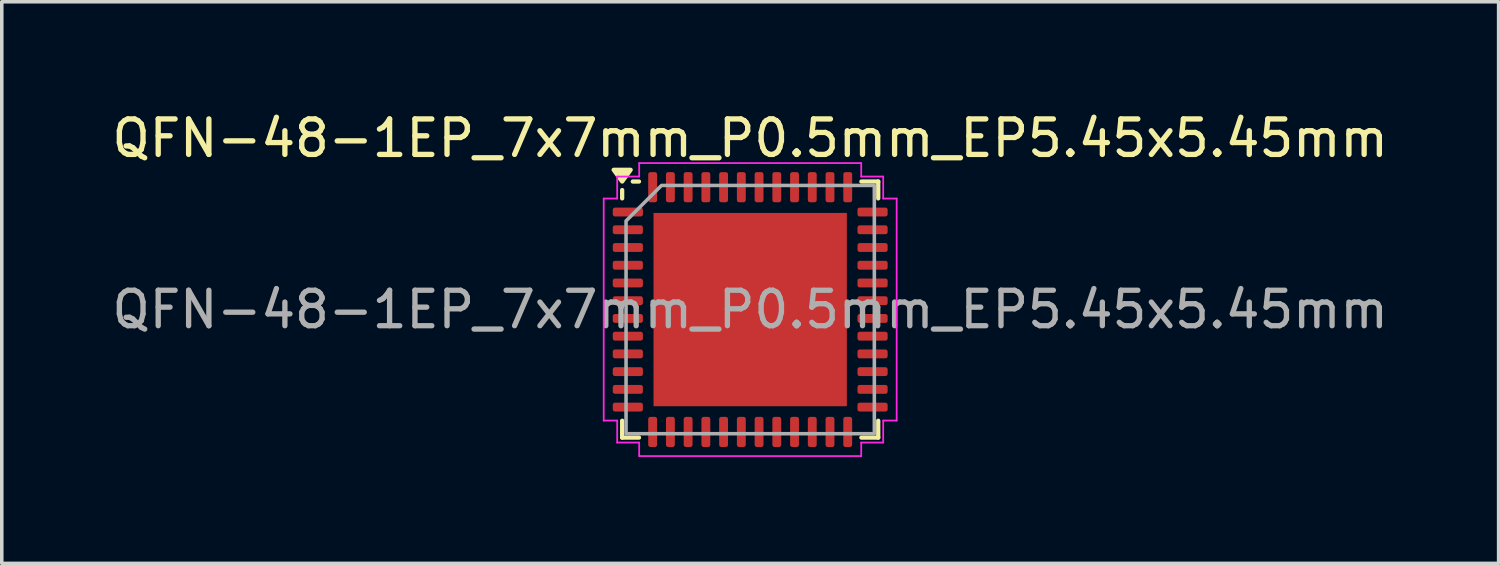
<source format=kicad_pcb>
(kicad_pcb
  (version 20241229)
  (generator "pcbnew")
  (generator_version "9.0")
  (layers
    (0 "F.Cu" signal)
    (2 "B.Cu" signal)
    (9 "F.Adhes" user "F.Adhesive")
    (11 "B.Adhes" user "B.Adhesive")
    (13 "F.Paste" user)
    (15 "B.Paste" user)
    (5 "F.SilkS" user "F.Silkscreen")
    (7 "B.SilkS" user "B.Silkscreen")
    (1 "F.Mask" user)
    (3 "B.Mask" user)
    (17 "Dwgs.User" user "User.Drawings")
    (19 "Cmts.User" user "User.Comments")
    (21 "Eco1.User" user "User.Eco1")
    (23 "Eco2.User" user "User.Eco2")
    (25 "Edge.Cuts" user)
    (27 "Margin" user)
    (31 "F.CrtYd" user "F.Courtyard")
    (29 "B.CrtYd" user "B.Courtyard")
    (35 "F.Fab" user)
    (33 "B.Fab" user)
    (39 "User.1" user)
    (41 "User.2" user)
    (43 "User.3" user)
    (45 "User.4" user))
  (footprint "QFN-48-1EP_7x7mm_P0.5mm_EP5.45x5.45mm"
    (layer "F.Cu")
    (at 18.101 5.678)
    (property "Reference" "QFN-48-1EP_7x7mm_P0.5mm_EP5.45x5.45mm" (at 0 -4.83 0) (layer "F.SilkS") (effects (font (size 1 1) (thickness 0.15))))
    (attr smd)
    (fp_line (start -3.61 -3.135) (end -3.61 -3.37) (stroke (width 0.12) (type solid)) (layer "F.SilkS"))
    (fp_line (start -3.61 3.61) (end -3.61 3.135) (stroke (width 0.12) (type solid)) (layer "F.SilkS"))
    (fp_line (start -3.135 -3.61) (end -3.31 -3.61) (stroke (width 0.12) (type solid)) (layer "F.SilkS"))
    (fp_line (start -3.135 3.61) (end -3.61 3.61) (stroke (width 0.12) (type solid)) (layer "F.SilkS"))
    (fp_line (start 3.135 -3.61) (end 3.61 -3.61) (stroke (width 0.12) (type solid)) (layer "F.SilkS"))
    (fp_line (start 3.135 3.61) (end 3.61 3.61) (stroke (width 0.12) (type solid)) (layer "F.SilkS"))
    (fp_line (start 3.61 -3.61) (end 3.61 -3.135) (stroke (width 0.12) (type solid)) (layer "F.SilkS"))
    (fp_line (start 3.61 3.61) (end 3.61 3.135) (stroke (width 0.12) (type solid)) (layer "F.SilkS"))
    (fp_poly (pts (xy -3.61 -3.61) (xy -3.85 -3.94) (xy -3.37 -3.94)) (stroke (width 0.12) (type solid)) (fill yes) (layer "F.SilkS"))
    (fp_line (start -4.13 -3.13) (end -3.75 -3.13) (stroke (width 0.05) (type solid)) (layer "F.CrtYd"))
    (fp_line (start -4.13 3.13) (end -4.13 -3.13) (stroke (width 0.05) (type solid)) (layer "F.CrtYd"))
    (fp_line (start -3.75 -3.75) (end -3.13 -3.75) (stroke (width 0.05) (type solid)) (layer "F.CrtYd"))
    (fp_line (start -3.75 -3.13) (end -3.75 -3.75) (stroke (width 0.05) (type solid)) (layer "F.CrtYd"))
    (fp_line (start -3.75 3.13) (end -4.13 3.13) (stroke (width 0.05) (type solid)) (layer "F.CrtYd"))
    (fp_line (start -3.75 3.75) (end -3.75 3.13) (stroke (width 0.05) (type solid)) (layer "F.CrtYd"))
    (fp_line (start -3.13 -4.13) (end 3.13 -4.13) (stroke (width 0.05) (type solid)) (layer "F.CrtYd"))
    (fp_line (start -3.13 -3.75) (end -3.13 -4.13) (stroke (width 0.05) (type solid)) (layer "F.CrtYd"))
    (fp_line (start -3.13 3.75) (end -3.75 3.75) (stroke (width 0.05) (type solid)) (layer "F.CrtYd"))
    (fp_line (start -3.13 4.13) (end -3.13 3.75) (stroke (width 0.05) (type solid)) (layer "F.CrtYd"))
    (fp_line (start 3.13 -4.13) (end 3.13 -3.75) (stroke (width 0.05) (type solid)) (layer "F.CrtYd"))
    (fp_line (start 3.13 -3.75) (end 3.75 -3.75) (stroke (width 0.05) (type solid)) (layer "F.CrtYd"))
    (fp_line (start 3.13 3.75) (end 3.13 4.13) (stroke (width 0.05) (type solid)) (layer "F.CrtYd"))
    (fp_line (start 3.13 4.13) (end -3.13 4.13) (stroke (width 0.05) (type solid)) (layer "F.CrtYd"))
    (fp_line (start 3.75 -3.75) (end 3.75 -3.13) (stroke (width 0.05) (type solid)) (layer "F.CrtYd"))
    (fp_line (start 3.75 -3.13) (end 4.13 -3.13) (stroke (width 0.05) (type solid)) (layer "F.CrtYd"))
    (fp_line (start 3.75 3.13) (end 3.75 3.75) (stroke (width 0.05) (type solid)) (layer "F.CrtYd"))
    (fp_line (start 3.75 3.75) (end 3.13 3.75) (stroke (width 0.05) (type solid)) (layer "F.CrtYd"))
    (fp_line (start 4.13 -3.13) (end 4.13 3.13) (stroke (width 0.05) (type solid)) (layer "F.CrtYd"))
    (fp_line (start 4.13 3.13) (end 3.75 3.13) (stroke (width 0.05) (type solid)) (layer "F.CrtYd"))
    (fp_poly (pts (xy -3.5 -2.5) (xy -3.5 3.5) (xy 3.5 3.5) (xy 3.5 -3.5) (xy -2.5 -3.5)) (stroke (width 0.1) (type solid)) (fill no) (layer "F.Fab"))
    (fp_text user "${REFERENCE}" (at 0 0 0) (layer "F.Fab") (effects (font (size 1 1) (thickness 0.15))))
    (pad "" smd roundrect (at -2.04 -2.04) (size 1.1 1.1) (layers "F.Paste") (roundrect_rratio 0.227))
    (pad "" smd roundrect (at -2.04 -0.68) (size 1.1 1.1) (layers "F.Paste") (roundrect_rratio 0.227))
    (pad "" smd roundrect (at -2.04 0.68) (size 1.1 1.1) (layers "F.Paste") (roundrect_rratio 0.227))
    (pad "" smd roundrect (at -2.04 2.04) (size 1.1 1.1) (layers "F.Paste") (roundrect_rratio 0.227))
    (pad "" smd roundrect (at -0.68 -2.04) (size 1.1 1.1) (layers "F.Paste") (roundrect_rratio 0.227))
    (pad "" smd roundrect (at -0.68 -0.68) (size 1.1 1.1) (layers "F.Paste") (roundrect_rratio 0.227))
    (pad "" smd roundrect (at -0.68 0.68) (size 1.1 1.1) (layers "F.Paste") (roundrect_rratio 0.227))
    (pad "" smd roundrect (at -0.68 2.04) (size 1.1 1.1) (layers "F.Paste") (roundrect_rratio 0.227))
    (pad "" smd roundrect (at 0.68 -2.04) (size 1.1 1.1) (layers "F.Paste") (roundrect_rratio 0.227))
    (pad "" smd roundrect (at 0.68 -0.68) (size 1.1 1.1) (layers "F.Paste") (roundrect_rratio 0.227))
    (pad "" smd roundrect (at 0.68 0.68) (size 1.1 1.1) (layers "F.Paste") (roundrect_rratio 0.227))
    (pad "" smd roundrect (at 0.68 2.04) (size 1.1 1.1) (layers "F.Paste") (roundrect_rratio 0.227))
    (pad "" smd roundrect (at 2.04 -2.04) (size 1.1 1.1) (layers "F.Paste") (roundrect_rratio 0.227))
    (pad "" smd roundrect (at 2.04 -0.68) (size 1.1 1.1) (layers "F.Paste") (roundrect_rratio 0.227))
    (pad "" smd roundrect (at 2.04 0.68) (size 1.1 1.1) (layers "F.Paste") (roundrect_rratio 0.227))
    (pad "" smd roundrect (at 2.04 2.04) (size 1.1 1.1) (layers "F.Paste") (roundrect_rratio 0.227))
    (pad "1" smd roundrect (at -3.45 -2.75) (size 0.85 0.25) (layers "F.Cu" "F.Mask" "F.Paste") (roundrect_rratio 0.25))
    (pad "2" smd roundrect (at -3.45 -2.25) (size 0.85 0.25) (layers "F.Cu" "F.Mask" "F.Paste") (roundrect_rratio 0.25))
    (pad "3" smd roundrect (at -3.45 -1.75) (size 0.85 0.25) (layers "F.Cu" "F.Mask" "F.Paste") (roundrect_rratio 0.25))
    (pad "4" smd roundrect (at -3.45 -1.25) (size 0.85 0.25) (layers "F.Cu" "F.Mask" "F.Paste") (roundrect_rratio 0.25))
    (pad "5" smd roundrect (at -3.45 -0.75) (size 0.85 0.25) (layers "F.Cu" "F.Mask" "F.Paste") (roundrect_rratio 0.25))
    (pad "6" smd roundrect (at -3.45 -0.25) (size 0.85 0.25) (layers "F.Cu" "F.Mask" "F.Paste") (roundrect_rratio 0.25))
    (pad "7" smd roundrect (at -3.45 0.25) (size 0.85 0.25) (layers "F.Cu" "F.Mask" "F.Paste") (roundrect_rratio 0.25))
    (pad "8" smd roundrect (at -3.45 0.75) (size 0.85 0.25) (layers "F.Cu" "F.Mask" "F.Paste") (roundrect_rratio 0.25))
    (pad "9" smd roundrect (at -3.45 1.25) (size 0.85 0.25) (layers "F.Cu" "F.Mask" "F.Paste") (roundrect_rratio 0.25))
    (pad "10" smd roundrect (at -3.45 1.75) (size 0.85 0.25) (layers "F.Cu" "F.Mask" "F.Paste") (roundrect_rratio 0.25))
    (pad "11" smd roundrect (at -3.45 2.25) (size 0.85 0.25) (layers "F.Cu" "F.Mask" "F.Paste") (roundrect_rratio 0.25))
    (pad "12" smd roundrect (at -3.45 2.75) (size 0.85 0.25) (layers "F.Cu" "F.Mask" "F.Paste") (roundrect_rratio 0.25))
    (pad "13" smd roundrect (at -2.75 3.45) (size 0.25 0.85) (layers "F.Cu" "F.Mask" "F.Paste") (roundrect_rratio 0.25))
    (pad "14" smd roundrect (at -2.25 3.45) (size 0.25 0.85) (layers "F.Cu" "F.Mask" "F.Paste") (roundrect_rratio 0.25))
    (pad "15" smd roundrect (at -1.75 3.45) (size 0.25 0.85) (layers "F.Cu" "F.Mask" "F.Paste") (roundrect_rratio 0.25))
    (pad "16" smd roundrect (at -1.25 3.45) (size 0.25 0.85) (layers "F.Cu" "F.Mask" "F.Paste") (roundrect_rratio 0.25))
    (pad "17" smd roundrect (at -0.75 3.45) (size 0.25 0.85) (layers "F.Cu" "F.Mask" "F.Paste") (roundrect_rratio 0.25))
    (pad "18" smd roundrect (at -0.25 3.45) (size 0.25 0.85) (layers "F.Cu" "F.Mask" "F.Paste") (roundrect_rratio 0.25))
    (pad "19" smd roundrect (at 0.25 3.45) (size 0.25 0.85) (layers "F.Cu" "F.Mask" "F.Paste") (roundrect_rratio 0.25))
    (pad "20" smd roundrect (at 0.75 3.45) (size 0.25 0.85) (layers "F.Cu" "F.Mask" "F.Paste") (roundrect_rratio 0.25))
    (pad "21" smd roundrect (at 1.25 3.45) (size 0.25 0.85) (layers "F.Cu" "F.Mask" "F.Paste") (roundrect_rratio 0.25))
    (pad "22" smd roundrect (at 1.75 3.45) (size 0.25 0.85) (layers "F.Cu" "F.Mask" "F.Paste") (roundrect_rratio 0.25))
    (pad "23" smd roundrect (at 2.25 3.45) (size 0.25 0.85) (layers "F.Cu" "F.Mask" "F.Paste") (roundrect_rratio 0.25))
    (pad "24" smd roundrect (at 2.75 3.45) (size 0.25 0.85) (layers "F.Cu" "F.Mask" "F.Paste") (roundrect_rratio 0.25))
    (pad "25" smd roundrect (at 3.45 2.75) (size 0.85 0.25) (layers "F.Cu" "F.Mask" "F.Paste") (roundrect_rratio 0.25))
    (pad "26" smd roundrect (at 3.45 2.25) (size 0.85 0.25) (layers "F.Cu" "F.Mask" "F.Paste") (roundrect_rratio 0.25))
    (pad "27" smd roundrect (at 3.45 1.75) (size 0.85 0.25) (layers "F.Cu" "F.Mask" "F.Paste") (roundrect_rratio 0.25))
    (pad "28" smd roundrect (at 3.45 1.25) (size 0.85 0.25) (layers "F.Cu" "F.Mask" "F.Paste") (roundrect_rratio 0.25))
    (pad "29" smd roundrect (at 3.45 0.75) (size 0.85 0.25) (layers "F.Cu" "F.Mask" "F.Paste") (roundrect_rratio 0.25))
    (pad "30" smd roundrect (at 3.45 0.25) (size 0.85 0.25) (layers "F.Cu" "F.Mask" "F.Paste") (roundrect_rratio 0.25))
    (pad "31" smd roundrect (at 3.45 -0.25) (size 0.85 0.25) (layers "F.Cu" "F.Mask" "F.Paste") (roundrect_rratio 0.25))
    (pad "32" smd roundrect (at 3.45 -0.75) (size 0.85 0.25) (layers "F.Cu" "F.Mask" "F.Paste") (roundrect_rratio 0.25))
    (pad "33" smd roundrect (at 3.45 -1.25) (size 0.85 0.25) (layers "F.Cu" "F.Mask" "F.Paste") (roundrect_rratio 0.25))
    (pad "34" smd roundrect (at 3.45 -1.75) (size 0.85 0.25) (layers "F.Cu" "F.Mask" "F.Paste") (roundrect_rratio 0.25))
    (pad "35" smd roundrect (at 3.45 -2.25) (size 0.85 0.25) (layers "F.Cu" "F.Mask" "F.Paste") (roundrect_rratio 0.25))
    (pad "36" smd roundrect (at 3.45 -2.75) (size 0.85 0.25) (layers "F.Cu" "F.Mask" "F.Paste") (roundrect_rratio 0.25))
    (pad "37" smd roundrect (at 2.75 -3.45) (size 0.25 0.85) (layers "F.Cu" "F.Mask" "F.Paste") (roundrect_rratio 0.25))
    (pad "38" smd roundrect (at 2.25 -3.45) (size 0.25 0.85) (layers "F.Cu" "F.Mask" "F.Paste") (roundrect_rratio 0.25))
    (pad "39" smd roundrect (at 1.75 -3.45) (size 0.25 0.85) (layers "F.Cu" "F.Mask" "F.Paste") (roundrect_rratio 0.25))
    (pad "40" smd roundrect (at 1.25 -3.45) (size 0.25 0.85) (layers "F.Cu" "F.Mask" "F.Paste") (roundrect_rratio 0.25))
    (pad "41" smd roundrect (at 0.75 -3.45) (size 0.25 0.85) (layers "F.Cu" "F.Mask" "F.Paste") (roundrect_rratio 0.25))
    (pad "42" smd roundrect (at 0.25 -3.45) (size 0.25 0.85) (layers "F.Cu" "F.Mask" "F.Paste") (roundrect_rratio 0.25))
    (pad "43" smd roundrect (at -0.25 -3.45) (size 0.25 0.85) (layers "F.Cu" "F.Mask" "F.Paste") (roundrect_rratio 0.25))
    (pad "44" smd roundrect (at -0.75 -3.45) (size 0.25 0.85) (layers "F.Cu" "F.Mask" "F.Paste") (roundrect_rratio 0.25))
    (pad "45" smd roundrect (at -1.25 -3.45) (size 0.25 0.85) (layers "F.Cu" "F.Mask" "F.Paste") (roundrect_rratio 0.25))
    (pad "46" smd roundrect (at -1.75 -3.45) (size 0.25 0.85) (layers "F.Cu" "F.Mask" "F.Paste") (roundrect_rratio 0.25))
    (pad "47" smd roundrect (at -2.25 -3.45) (size 0.25 0.85) (layers "F.Cu" "F.Mask" "F.Paste") (roundrect_rratio 0.25))
    (pad "48" smd roundrect (at -2.75 -3.45) (size 0.25 0.85) (layers "F.Cu" "F.Mask" "F.Paste") (roundrect_rratio 0.25))
    (pad "49" smd rect (at 0 0) (size 5.45 5.45) (property pad_prop_heatsink) (layers "F.Cu" "F.Mask")))
  (gr_rect
    (start -3 -3)
    (end 39.202 12.833)
    (stroke (width 0.1) (type default))
    (fill no)
    (layer "Edge.Cuts")))
</source>
